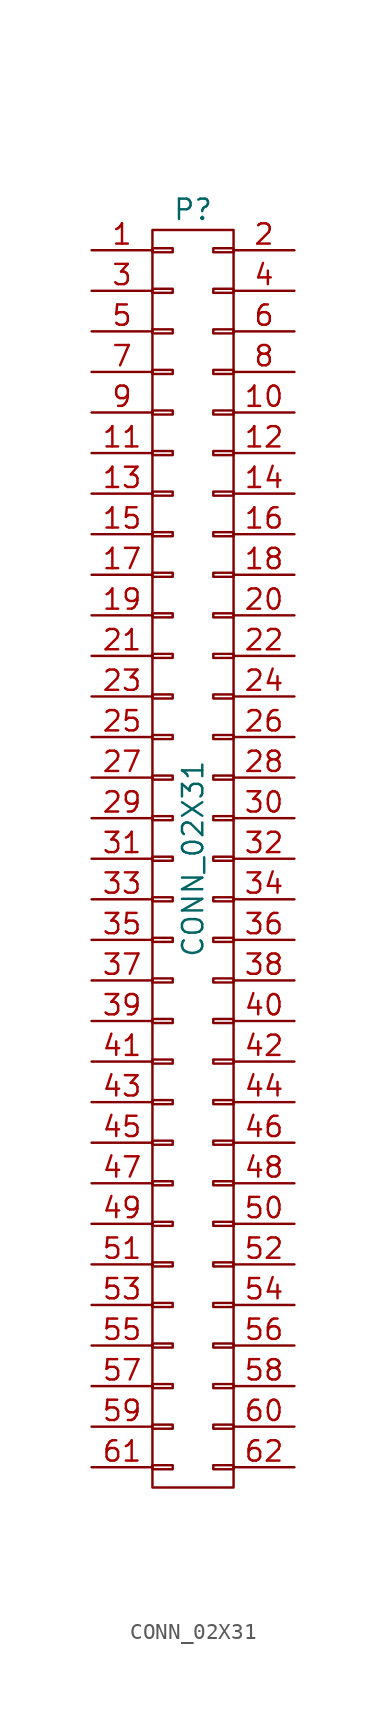
<source format=kicad_sym>
(kicad_symbol_lib
  (version 20231120)
  (generator "kicad_symbol_editor")
  (generator_version "8.0")
  (symbol "CONN_02X31"
    (pin_names
      (offset 0.025) hide)
    (property "Reference" "P"
      (at 0 40.64 0)
      (effects (font (size 1.27 1.27))))
    (property "Value" "CONN_02X31"
      (at 0 0 90)
      (effects (font (size 1.27 1.27))))
    (property "Footprint" ""
      (at 0 -11.43 0)
      (effects (font (size 1.27 1.27))))
    (property "Datasheet" ""
      (at 0 -11.43 0)
      (effects (font (size 1.27 1.27))))
    (symbol "CONN_02X31_0_1"
      (rectangle (start -2.54 -37.973) (end -1.27 -38.227) (stroke (width 0) (type solid)) (fill (type none)))
      (rectangle (start -2.54 -35.433) (end -1.27 -35.687) (stroke (width 0) (type solid)) (fill (type none)))
      (rectangle (start -2.54 -32.893) (end -1.27 -33.147) (stroke (width 0) (type solid)) (fill (type none)))
      (rectangle (start -2.54 -30.353) (end -1.27 -30.607) (stroke (width 0) (type solid)) (fill (type none)))
      (rectangle (start -2.54 -27.813) (end -1.27 -28.067) (stroke (width 0) (type solid)) (fill (type none)))
      (rectangle (start -2.54 -25.273) (end -1.27 -25.527) (stroke (width 0) (type solid)) (fill (type none)))
      (rectangle (start -2.54 -22.733) (end -1.27 -22.987) (stroke (width 0) (type solid)) (fill (type none)))
      (rectangle (start -2.54 -20.193) (end -1.27 -20.447) (stroke (width 0) (type solid)) (fill (type none)))
      (rectangle (start -2.54 -17.653) (end -1.27 -17.907) (stroke (width 0) (type solid)) (fill (type none)))
      (rectangle (start -2.54 -15.113) (end -1.27 -15.367) (stroke (width 0) (type solid)) (fill (type none)))
      (rectangle (start -2.54 -12.573) (end -1.27 -12.827) (stroke (width 0) (type solid)) (fill (type none)))
      (rectangle (start -2.54 -10.033) (end -1.27 -10.287) (stroke (width 0) (type solid)) (fill (type none)))
      (rectangle (start -2.54 -7.493) (end -1.27 -7.747) (stroke (width 0) (type solid)) (fill (type none)))
      (rectangle (start -2.54 -4.953) (end -1.27 -5.207) (stroke (width 0) (type solid)) (fill (type none)))
      (rectangle (start -2.54 -2.413) (end -1.27 -2.667) (stroke (width 0) (type solid)) (fill (type none)))
      (rectangle (start -2.54 0.127) (end -1.27 -0.127) (stroke (width 0) (type solid)) (fill (type none)))
      (rectangle (start -2.54 2.667) (end -1.27 2.413) (stroke (width 0) (type solid)) (fill (type none)))
      (rectangle (start -2.54 5.207) (end -1.27 4.953) (stroke (width 0) (type solid)) (fill (type none)))
      (rectangle (start -2.54 7.747) (end -1.27 7.493) (stroke (width 0) (type solid)) (fill (type none)))
      (rectangle (start -2.54 10.287) (end -1.27 10.033) (stroke (width 0) (type solid)) (fill (type none)))
      (rectangle (start -2.54 12.827) (end -1.27 12.573) (stroke (width 0) (type solid)) (fill (type none)))
      (rectangle (start -2.54 15.367) (end -1.27 15.113) (stroke (width 0) (type solid)) (fill (type none)))
      (rectangle (start -2.54 17.907) (end -1.27 17.653) (stroke (width 0) (type solid)) (fill (type none)))
      (rectangle (start -2.54 20.447) (end -1.27 20.193) (stroke (width 0) (type solid)) (fill (type none)))
      (rectangle (start -2.54 22.987) (end -1.27 22.733) (stroke (width 0) (type solid)) (fill (type none)))
      (rectangle (start -2.54 25.527) (end -1.27 25.273) (stroke (width 0) (type solid)) (fill (type none)))
      (rectangle (start -2.54 28.067) (end -1.27 27.813) (stroke (width 0) (type solid)) (fill (type none)))
      (rectangle (start -2.54 30.607) (end -1.27 30.353) (stroke (width 0) (type solid)) (fill (type none)))
      (rectangle (start -2.54 33.147) (end -1.27 32.893) (stroke (width 0) (type solid)) (fill (type none)))
      (rectangle (start -2.54 35.687) (end -1.27 35.433) (stroke (width 0) (type solid)) (fill (type none)))
      (rectangle (start -2.54 38.227) (end -1.27 37.973) (stroke (width 0) (type solid)) (fill (type none)))
      (rectangle (start -2.54 39.37) (end 2.54 -39.37) (stroke (width 0) (type solid)) (fill (type none)))
      (rectangle (start 1.27 -37.973) (end 2.54 -38.227) (stroke (width 0) (type solid)) (fill (type none)))
      (rectangle (start 1.27 -35.433) (end 2.54 -35.687) (stroke (width 0) (type solid)) (fill (type none)))
      (rectangle (start 1.27 -32.893) (end 2.54 -33.147) (stroke (width 0) (type solid)) (fill (type none)))
      (rectangle (start 1.27 -30.353) (end 2.54 -30.607) (stroke (width 0) (type solid)) (fill (type none)))
      (rectangle (start 1.27 -27.813) (end 2.54 -28.067) (stroke (width 0) (type solid)) (fill (type none)))
      (rectangle (start 1.27 -25.273) (end 2.54 -25.527) (stroke (width 0) (type solid)) (fill (type none)))
      (rectangle (start 1.27 -22.733) (end 2.54 -22.987) (stroke (width 0) (type solid)) (fill (type none)))
      (rectangle (start 1.27 -20.193) (end 2.54 -20.447) (stroke (width 0) (type solid)) (fill (type none)))
      (rectangle (start 1.27 -17.653) (end 2.54 -17.907) (stroke (width 0) (type solid)) (fill (type none)))
      (rectangle (start 1.27 -15.113) (end 2.54 -15.367) (stroke (width 0) (type solid)) (fill (type none)))
      (rectangle (start 1.27 -12.573) (end 2.54 -12.827) (stroke (width 0) (type solid)) (fill (type none)))
      (rectangle (start 1.27 -10.033) (end 2.54 -10.287) (stroke (width 0) (type solid)) (fill (type none)))
      (rectangle (start 1.27 -7.493) (end 2.54 -7.747) (stroke (width 0) (type solid)) (fill (type none)))
      (rectangle (start 1.27 -4.953) (end 2.54 -5.207) (stroke (width 0) (type solid)) (fill (type none)))
      (rectangle (start 1.27 -2.413) (end 2.54 -2.667) (stroke (width 0) (type solid)) (fill (type none)))
      (rectangle (start 1.27 0.127) (end 2.54 -0.127) (stroke (width 0) (type solid)) (fill (type none)))
      (rectangle (start 1.27 2.667) (end 2.54 2.413) (stroke (width 0) (type solid)) (fill (type none)))
      (rectangle (start 1.27 5.207) (end 2.54 4.953) (stroke (width 0) (type solid)) (fill (type none)))
      (rectangle (start 1.27 7.747) (end 2.54 7.493) (stroke (width 0) (type solid)) (fill (type none)))
      (rectangle (start 1.27 10.287) (end 2.54 10.033) (stroke (width 0) (type solid)) (fill (type none)))
      (rectangle (start 1.27 12.827) (end 2.54 12.573) (stroke (width 0) (type solid)) (fill (type none)))
      (rectangle (start 1.27 15.367) (end 2.54 15.113) (stroke (width 0) (type solid)) (fill (type none)))
      (rectangle (start 1.27 17.907) (end 2.54 17.653) (stroke (width 0) (type solid)) (fill (type none)))
      (rectangle (start 1.27 20.447) (end 2.54 20.193) (stroke (width 0) (type solid)) (fill (type none)))
      (rectangle (start 1.27 22.987) (end 2.54 22.733) (stroke (width 0) (type solid)) (fill (type none)))
      (rectangle (start 1.27 25.527) (end 2.54 25.273) (stroke (width 0) (type solid)) (fill (type none)))
      (rectangle (start 1.27 28.067) (end 2.54 27.813) (stroke (width 0) (type solid)) (fill (type none)))
      (rectangle (start 1.27 30.607) (end 2.54 30.353) (stroke (width 0) (type solid)) (fill (type none)))
      (rectangle (start 1.27 33.147) (end 2.54 32.893) (stroke (width 0) (type solid)) (fill (type none)))
      (rectangle (start 1.27 35.687) (end 2.54 35.433) (stroke (width 0) (type solid)) (fill (type none)))
      (rectangle (start 1.27 38.227) (end 2.54 37.973) (stroke (width 0) (type solid)) (fill (type none))))
    (symbol "CONN_02X31_1_1"
      (pin passive line (at -6.35 38.1 0) (length 3.81) (name "P1" (effects (font (size 1.27 1.27)))) (number "1" (effects (font (size 1.27 1.27)))))
      (pin passive line (at 6.35 27.94 180) (length 3.81) (name "P10" (effects (font (size 1.27 1.27)))) (number "10" (effects (font (size 1.27 1.27)))))
      (pin passive line (at -6.35 25.4 0) (length 3.81) (name "P11" (effects (font (size 1.27 1.27)))) (number "11" (effects (font (size 1.27 1.27)))))
      (pin passive line (at 6.35 25.4 180) (length 3.81) (name "P12" (effects (font (size 1.27 1.27)))) (number "12" (effects (font (size 1.27 1.27)))))
      (pin passive line (at -6.35 22.86 0) (length 3.81) (name "P13" (effects (font (size 1.27 1.27)))) (number "13" (effects (font (size 1.27 1.27)))))
      (pin passive line (at 6.35 22.86 180) (length 3.81) (name "P14" (effects (font (size 1.27 1.27)))) (number "14" (effects (font (size 1.27 1.27)))))
      (pin passive line (at -6.35 20.32 0) (length 3.81) (name "P15" (effects (font (size 1.27 1.27)))) (number "15" (effects (font (size 1.27 1.27)))))
      (pin passive line (at 6.35 20.32 180) (length 3.81) (name "P16" (effects (font (size 1.27 1.27)))) (number "16" (effects (font (size 1.27 1.27)))))
      (pin passive line (at -6.35 17.78 0) (length 3.81) (name "P17" (effects (font (size 1.27 1.27)))) (number "17" (effects (font (size 1.27 1.27)))))
      (pin passive line (at 6.35 17.78 180) (length 3.81) (name "P18" (effects (font (size 1.27 1.27)))) (number "18" (effects (font (size 1.27 1.27)))))
      (pin passive line (at -6.35 15.24 0) (length 3.81) (name "P19" (effects (font (size 1.27 1.27)))) (number "19" (effects (font (size 1.27 1.27)))))
      (pin passive line (at 6.35 38.1 180) (length 3.81) (name "P2" (effects (font (size 1.27 1.27)))) (number "2" (effects (font (size 1.27 1.27)))))
      (pin passive line (at 6.35 15.24 180) (length 3.81) (name "P20" (effects (font (size 1.27 1.27)))) (number "20" (effects (font (size 1.27 1.27)))))
      (pin passive line (at -6.35 12.7 0) (length 3.81) (name "P21" (effects (font (size 1.27 1.27)))) (number "21" (effects (font (size 1.27 1.27)))))
      (pin passive line (at 6.35 12.7 180) (length 3.81) (name "P22" (effects (font (size 1.27 1.27)))) (number "22" (effects (font (size 1.27 1.27)))))
      (pin passive line (at -6.35 10.16 0) (length 3.81) (name "P23" (effects (font (size 1.27 1.27)))) (number "23" (effects (font (size 1.27 1.27)))))
      (pin passive line (at 6.35 10.16 180) (length 3.81) (name "P24" (effects (font (size 1.27 1.27)))) (number "24" (effects (font (size 1.27 1.27)))))
      (pin passive line (at -6.35 7.62 0) (length 3.81) (name "P25" (effects (font (size 1.27 1.27)))) (number "25" (effects (font (size 1.27 1.27)))))
      (pin passive line (at 6.35 7.62 180) (length 3.81) (name "P26" (effects (font (size 1.27 1.27)))) (number "26" (effects (font (size 1.27 1.27)))))
      (pin passive line (at -6.35 5.08 0) (length 3.81) (name "P27" (effects (font (size 1.27 1.27)))) (number "27" (effects (font (size 1.27 1.27)))))
      (pin passive line (at 6.35 5.08 180) (length 3.81) (name "P28" (effects (font (size 1.27 1.27)))) (number "28" (effects (font (size 1.27 1.27)))))
      (pin passive line (at -6.35 2.54 0) (length 3.81) (name "P29" (effects (font (size 1.27 1.27)))) (number "29" (effects (font (size 1.27 1.27)))))
      (pin passive line (at -6.35 35.56 0) (length 3.81) (name "P3" (effects (font (size 1.27 1.27)))) (number "3" (effects (font (size 1.27 1.27)))))
      (pin passive line (at 6.35 2.54 180) (length 3.81) (name "P30" (effects (font (size 1.27 1.27)))) (number "30" (effects (font (size 1.27 1.27)))))
      (pin passive line (at -6.35 0 0) (length 3.81) (name "P31" (effects (font (size 1.27 1.27)))) (number "31" (effects (font (size 1.27 1.27)))))
      (pin passive line (at 6.35 0 180) (length 3.81) (name "P32" (effects (font (size 1.27 1.27)))) (number "32" (effects (font (size 1.27 1.27)))))
      (pin passive line (at -6.35 -2.54 0) (length 3.81) (name "P33" (effects (font (size 1.27 1.27)))) (number "33" (effects (font (size 1.27 1.27)))))
      (pin passive line (at 6.35 -2.54 180) (length 3.81) (name "P34" (effects (font (size 1.27 1.27)))) (number "34" (effects (font (size 1.27 1.27)))))
      (pin passive line (at -6.35 -5.08 0) (length 3.81) (name "P35" (effects (font (size 1.27 1.27)))) (number "35" (effects (font (size 1.27 1.27)))))
      (pin passive line (at 6.35 -5.08 180) (length 3.81) (name "P36" (effects (font (size 1.27 1.27)))) (number "36" (effects (font (size 1.27 1.27)))))
      (pin passive line (at -6.35 -7.62 0) (length 3.81) (name "P37" (effects (font (size 1.27 1.27)))) (number "37" (effects (font (size 1.27 1.27)))))
      (pin passive line (at 6.35 -7.62 180) (length 3.81) (name "P38" (effects (font (size 1.27 1.27)))) (number "38" (effects (font (size 1.27 1.27)))))
      (pin passive line (at -6.35 -10.16 0) (length 3.81) (name "P39" (effects (font (size 1.27 1.27)))) (number "39" (effects (font (size 1.27 1.27)))))
      (pin passive line (at 6.35 35.56 180) (length 3.81) (name "P4" (effects (font (size 1.27 1.27)))) (number "4" (effects (font (size 1.27 1.27)))))
      (pin passive line (at 6.35 -10.16 180) (length 3.81) (name "P40" (effects (font (size 1.27 1.27)))) (number "40" (effects (font (size 1.27 1.27)))))
      (pin passive line (at -6.35 -12.7 0) (length 3.81) (name "P41" (effects (font (size 1.27 1.27)))) (number "41" (effects (font (size 1.27 1.27)))))
      (pin passive line (at 6.35 -12.7 180) (length 3.81) (name "P42" (effects (font (size 1.27 1.27)))) (number "42" (effects (font (size 1.27 1.27)))))
      (pin passive line (at -6.35 -15.24 0) (length 3.81) (name "P43" (effects (font (size 1.27 1.27)))) (number "43" (effects (font (size 1.27 1.27)))))
      (pin passive line (at 6.35 -15.24 180) (length 3.81) (name "P44" (effects (font (size 1.27 1.27)))) (number "44" (effects (font (size 1.27 1.27)))))
      (pin passive line (at -6.35 -17.78 0) (length 3.81) (name "P45" (effects (font (size 1.27 1.27)))) (number "45" (effects (font (size 1.27 1.27)))))
      (pin passive line (at 6.35 -17.78 180) (length 3.81) (name "P46" (effects (font (size 1.27 1.27)))) (number "46" (effects (font (size 1.27 1.27)))))
      (pin passive line (at -6.35 -20.32 0) (length 3.81) (name "P47" (effects (font (size 1.27 1.27)))) (number "47" (effects (font (size 1.27 1.27)))))
      (pin passive line (at 6.35 -20.32 180) (length 3.81) (name "P48" (effects (font (size 1.27 1.27)))) (number "48" (effects (font (size 1.27 1.27)))))
      (pin passive line (at -6.35 -22.86 0) (length 3.81) (name "P49" (effects (font (size 1.27 1.27)))) (number "49" (effects (font (size 1.27 1.27)))))
      (pin passive line (at -6.35 33.02 0) (length 3.81) (name "P5" (effects (font (size 1.27 1.27)))) (number "5" (effects (font (size 1.27 1.27)))))
      (pin passive line (at 6.35 -22.86 180) (length 3.81) (name "P50" (effects (font (size 1.27 1.27)))) (number "50" (effects (font (size 1.27 1.27)))))
      (pin passive line (at -6.35 -25.4 0) (length 3.81) (name "P51" (effects (font (size 1.27 1.27)))) (number "51" (effects (font (size 1.27 1.27)))))
      (pin passive line (at 6.35 -25.4 180) (length 3.81) (name "P52" (effects (font (size 1.27 1.27)))) (number "52" (effects (font (size 1.27 1.27)))))
      (pin passive line (at -6.35 -27.94 0) (length 3.81) (name "P53" (effects (font (size 1.27 1.27)))) (number "53" (effects (font (size 1.27 1.27)))))
      (pin passive line (at 6.35 -27.94 180) (length 3.81) (name "P54" (effects (font (size 1.27 1.27)))) (number "54" (effects (font (size 1.27 1.27)))))
      (pin passive line (at -6.35 -30.48 0) (length 3.81) (name "P55" (effects (font (size 1.27 1.27)))) (number "55" (effects (font (size 1.27 1.27)))))
      (pin passive line (at 6.35 -30.48 180) (length 3.81) (name "P56" (effects (font (size 1.27 1.27)))) (number "56" (effects (font (size 1.27 1.27)))))
      (pin passive line (at -6.35 -33.02 0) (length 3.81) (name "P57" (effects (font (size 1.27 1.27)))) (number "57" (effects (font (size 1.27 1.27)))))
      (pin passive line (at 6.35 -33.02 180) (length 3.81) (name "P58" (effects (font (size 1.27 1.27)))) (number "58" (effects (font (size 1.27 1.27)))))
      (pin passive line (at -6.35 -35.56 0) (length 3.81) (name "P59" (effects (font (size 1.27 1.27)))) (number "59" (effects (font (size 1.27 1.27)))))
      (pin passive line (at 6.35 33.02 180) (length 3.81) (name "P6" (effects (font (size 1.27 1.27)))) (number "6" (effects (font (size 1.27 1.27)))))
      (pin passive line (at 6.35 -35.56 180) (length 3.81) (name "P60" (effects (font (size 1.27 1.27)))) (number "60" (effects (font (size 1.27 1.27)))))
      (pin passive line (at -6.35 -38.1 0) (length 3.81) (name "P61" (effects (font (size 1.27 1.27)))) (number "61" (effects (font (size 1.27 1.27)))))
      (pin passive line (at 6.35 -38.1 180) (length 3.81) (name "P62" (effects (font (size 1.27 1.27)))) (number "62" (effects (font (size 1.27 1.27)))))
      (pin passive line (at -6.35 30.48 0) (length 3.81) (name "P7" (effects (font (size 1.27 1.27)))) (number "7" (effects (font (size 1.27 1.27)))))
      (pin passive line (at 6.35 30.48 180) (length 3.81) (name "P8" (effects (font (size 1.27 1.27)))) (number "8" (effects (font (size 1.27 1.27)))))
      (pin passive line (at -6.35 27.94 0) (length 3.81) (name "P9" (effects (font (size 1.27 1.27)))) (number "9" (effects (font (size 1.27 1.27))))))))
</source>
